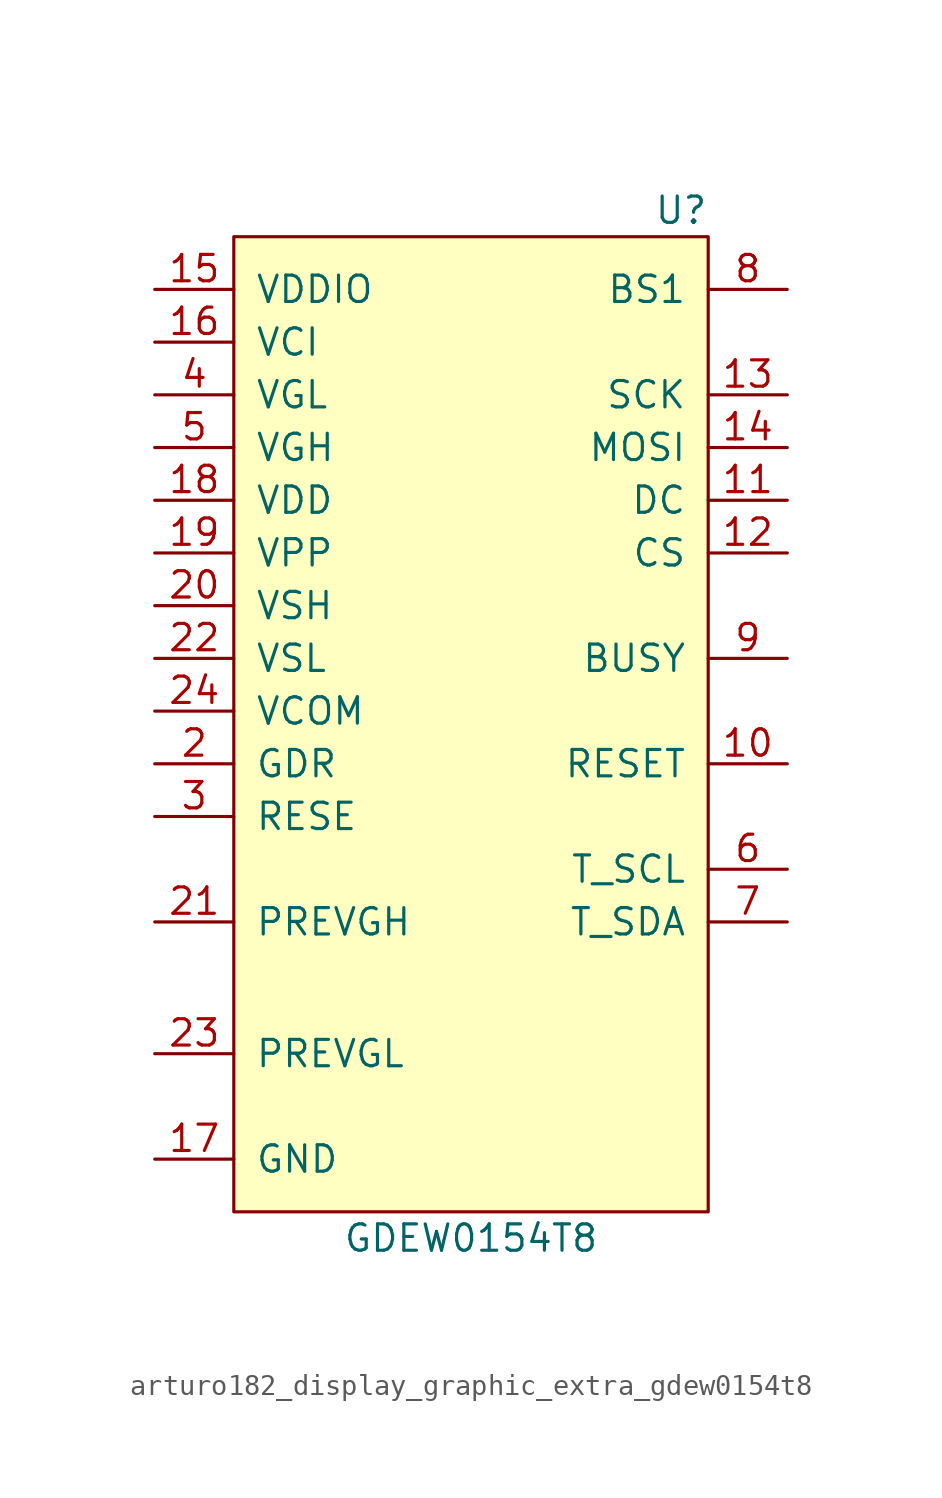
<source format=kicad_sym>
(kicad_symbol_lib
  (version 20220914)
  (generator kicad_symbol_editor)
  (symbol "arturo182_display_graphic_extra_gdew0154t8"
    (pin_names
      (offset 1.016))
    (property "Reference" "U"
      (at 11.43 26.67 0)
      (effects (font (size 1.27 1.27)) (justify right)))
    (property "Value" "GDEW0154T8"
      (at 0 -22.86 0)
      (effects (font (size 1.27 1.27))))
    (symbol "arturo182_display_graphic_extra_gdew0154t8_0_1"
      (rectangle (start -11.43 25.4) (end 11.43 -21.59) (stroke (width 0) (type default)) (fill (type background))))
    (symbol "arturo182_display_graphic_extra_gdew0154t8_1_1"
      (pin input line (at 15.24 0 180) (length 3.81) (name "RESET" (effects (font (size 1.27 1.27)))) (number "10" (effects (font (size 1.27 1.27)))))
      (pin input line (at 15.24 12.7 180) (length 3.81) (name "DC" (effects (font (size 1.27 1.27)))) (number "11" (effects (font (size 1.27 1.27)))))
      (pin input line (at 15.24 10.16 180) (length 3.81) (name "CS" (effects (font (size 1.27 1.27)))) (number "12" (effects (font (size 1.27 1.27)))))
      (pin bidirectional line (at 15.24 17.78 180) (length 3.81) (name "SCK" (effects (font (size 1.27 1.27)))) (number "13" (effects (font (size 1.27 1.27)))))
      (pin bidirectional line (at 15.24 15.24 180) (length 3.81) (name "MOSI" (effects (font (size 1.27 1.27)))) (number "14" (effects (font (size 1.27 1.27)))))
      (pin power_in line (at -15.24 22.86 0) (length 3.81) (name "VDDIO" (effects (font (size 1.27 1.27)))) (number "15" (effects (font (size 1.27 1.27)))))
      (pin power_in line (at -15.24 20.32 0) (length 3.81) (name "VCI" (effects (font (size 1.27 1.27)))) (number "16" (effects (font (size 1.27 1.27)))))
      (pin power_in line (at -15.24 -19.05 0) (length 3.81) (name "GND" (effects (font (size 1.27 1.27)))) (number "17" (effects (font (size 1.27 1.27)))))
      (pin power_out line (at -15.24 12.7 0) (length 3.81) (name "VDD" (effects (font (size 1.27 1.27)))) (number "18" (effects (font (size 1.27 1.27)))))
      (pin power_out line (at -15.24 10.16 0) (length 3.81) (name "VPP" (effects (font (size 1.27 1.27)))) (number "19" (effects (font (size 1.27 1.27)))))
      (pin output line (at -15.24 0 0) (length 3.81) (name "GDR" (effects (font (size 1.27 1.27)))) (number "2" (effects (font (size 1.27 1.27)))))
      (pin power_out line (at -15.24 7.62 0) (length 3.81) (name "VSH" (effects (font (size 1.27 1.27)))) (number "20" (effects (font (size 1.27 1.27)))))
      (pin power_in line (at -15.24 -7.62 0) (length 3.81) (name "PREVGH" (effects (font (size 1.27 1.27)))) (number "21" (effects (font (size 1.27 1.27)))))
      (pin power_out line (at -15.24 5.08 0) (length 3.81) (name "VSL" (effects (font (size 1.27 1.27)))) (number "22" (effects (font (size 1.27 1.27)))))
      (pin power_in line (at -15.24 -13.97 0) (length 3.81) (name "PREVGL" (effects (font (size 1.27 1.27)))) (number "23" (effects (font (size 1.27 1.27)))))
      (pin power_out line (at -15.24 2.54 0) (length 3.81) (name "VCOM" (effects (font (size 1.27 1.27)))) (number "24" (effects (font (size 1.27 1.27)))))
      (pin output line (at -15.24 -2.54 0) (length 3.81) (name "RESE" (effects (font (size 1.27 1.27)))) (number "3" (effects (font (size 1.27 1.27)))))
      (pin power_out line (at -15.24 17.78 0) (length 3.81) (name "VGL" (effects (font (size 1.27 1.27)))) (number "4" (effects (font (size 1.27 1.27)))))
      (pin power_out line (at -15.24 15.24 0) (length 3.81) (name "VGH" (effects (font (size 1.27 1.27)))) (number "5" (effects (font (size 1.27 1.27)))))
      (pin output line (at 15.24 -5.08 180) (length 3.81) (name "T_SCL" (effects (font (size 1.27 1.27)))) (number "6" (effects (font (size 1.27 1.27)))))
      (pin bidirectional line (at 15.24 -7.62 180) (length 3.81) (name "T_SDA" (effects (font (size 1.27 1.27)))) (number "7" (effects (font (size 1.27 1.27)))))
      (pin input line (at 15.24 22.86 180) (length 3.81) (name "BS1" (effects (font (size 1.27 1.27)))) (number "8" (effects (font (size 1.27 1.27)))))
      (pin output line (at 15.24 5.08 180) (length 3.81) (name "BUSY" (effects (font (size 1.27 1.27)))) (number "9" (effects (font (size 1.27 1.27))))))))
</source>
